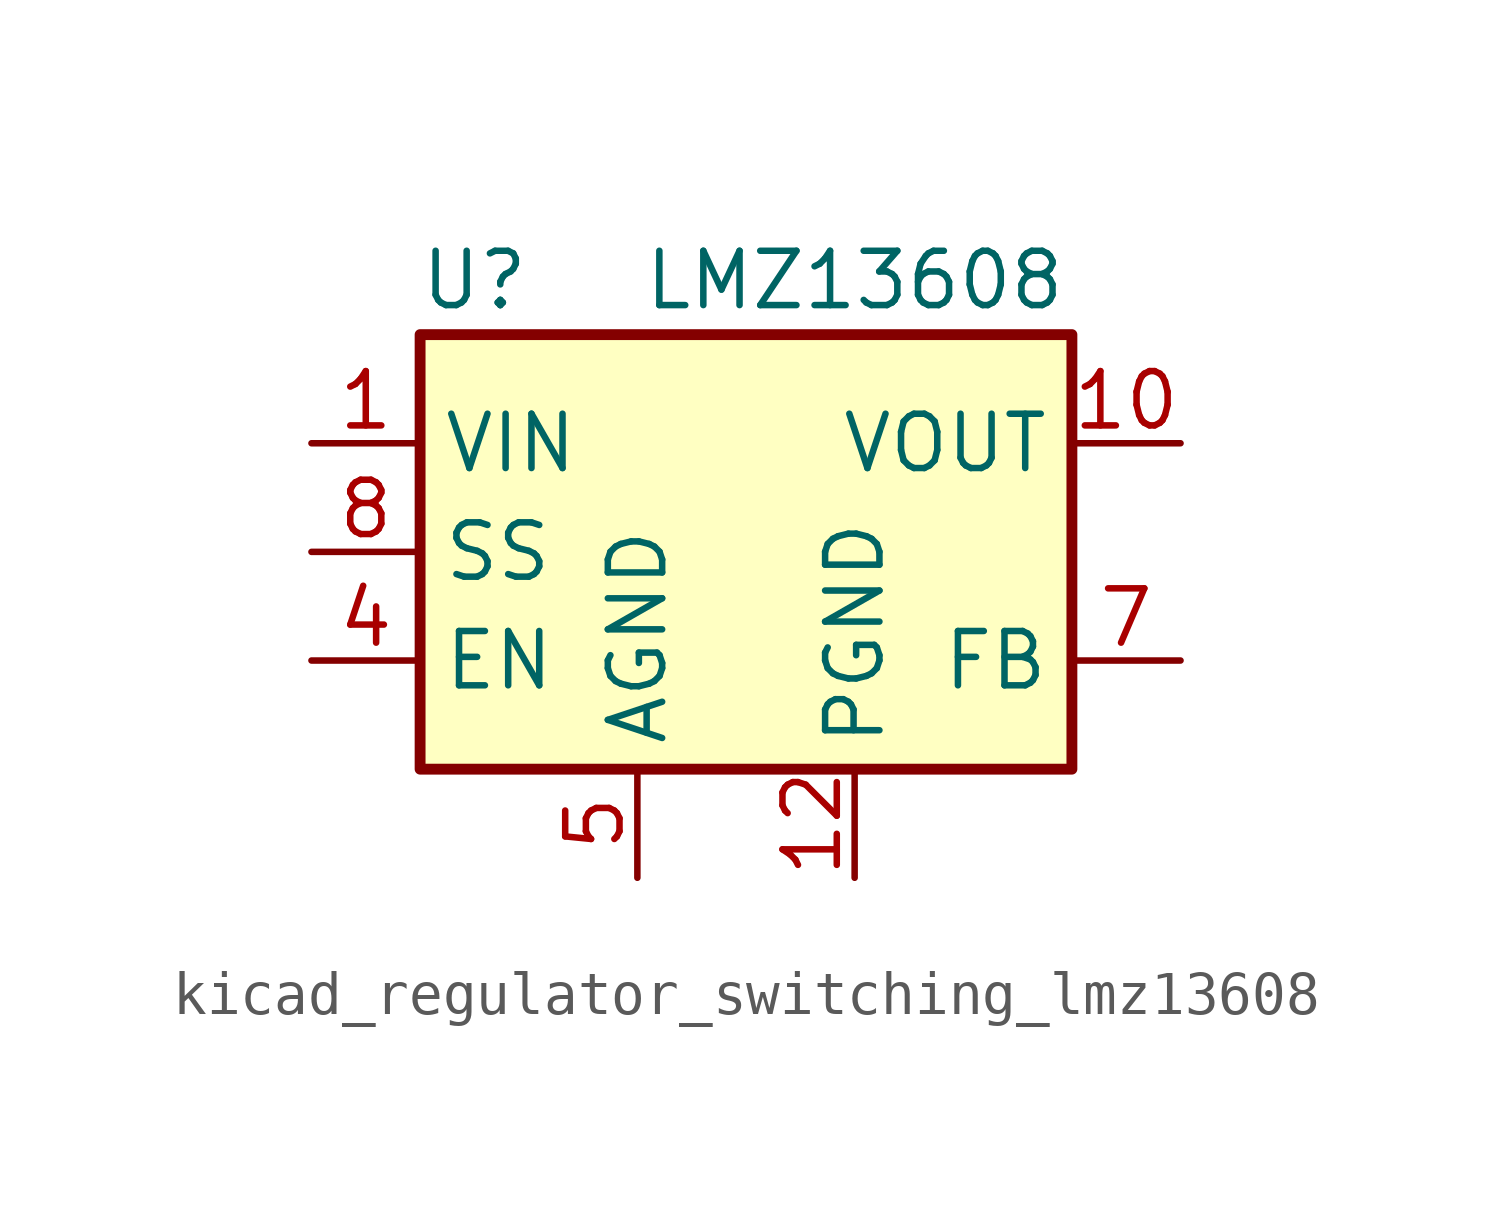
<source format=kicad_sym>
(kicad_symbol_lib
  (version 20220914)
  (generator kicad_symbol_editor)
  (symbol "kicad_regulator_switching_lmz13608"
    (property "Reference" "U"
      (at -6.35 6.35 0)
      (effects (font (size 1.27 1.27))))
    (property "Value" "LMZ13608"
      (at 2.54 6.35 0)
      (effects (font (size 1.27 1.27))))
    (symbol "kicad_regulator_switching_lmz13608_0_1"
      (rectangle (start -7.62 5.08) (end 7.62 -5.08) (stroke (width 0.254) (type default)) (fill (type background))))
    (symbol "kicad_regulator_switching_lmz13608_1_1"
      (pin power_in line (at -10.16 2.54 0) (length 2.54) (name "VIN" (effects (font (size 1.27 1.27)))) (number "1" (effects (font (size 1.27 1.27)))))
      (pin power_out line (at 10.16 2.54 180) (length 2.54) (name "VOUT" (effects (font (size 1.27 1.27)))) (number "10" (effects (font (size 1.27 1.27)))))
      (pin passive line (at 10.16 2.54 180) (length 2.54) hide (name "VOUT" (effects (font (size 1.27 1.27)))) (number "11" (effects (font (size 1.27 1.27)))))
      (pin power_in line (at 2.54 -7.62 90) (length 2.54) (name "PGND" (effects (font (size 1.27 1.27)))) (number "12" (effects (font (size 1.27 1.27)))))
      (pin passive line (at -10.16 2.54 0) (length 2.54) hide (name "VIN" (effects (font (size 1.27 1.27)))) (number "2" (effects (font (size 1.27 1.27)))))
      (pin passive line (at -2.54 -7.62 90) (length 2.54) hide (name "AGND" (effects (font (size 1.27 1.27)))) (number "3" (effects (font (size 1.27 1.27)))))
      (pin input line (at -10.16 -2.54 0) (length 2.54) (name "EN" (effects (font (size 1.27 1.27)))) (number "4" (effects (font (size 1.27 1.27)))))
      (pin power_in line (at -2.54 -7.62 90) (length 2.54) (name "AGND" (effects (font (size 1.27 1.27)))) (number "5" (effects (font (size 1.27 1.27)))))
      (pin passive line (at -2.54 -7.62 90) (length 2.54) hide (name "AGND" (effects (font (size 1.27 1.27)))) (number "6" (effects (font (size 1.27 1.27)))))
      (pin input line (at 10.16 -2.54 180) (length 2.54) (name "FB" (effects (font (size 1.27 1.27)))) (number "7" (effects (font (size 1.27 1.27)))))
      (pin input line (at -10.16 0 0) (length 2.54) (name "SS" (effects (font (size 1.27 1.27)))) (number "8" (effects (font (size 1.27 1.27)))))
      (pin no_connect line (at 7.62 0 180) (length 2.54) hide (name "NC" (effects (font (size 1.27 1.27)))) (number "9" (effects (font (size 1.27 1.27))))))))
</source>
